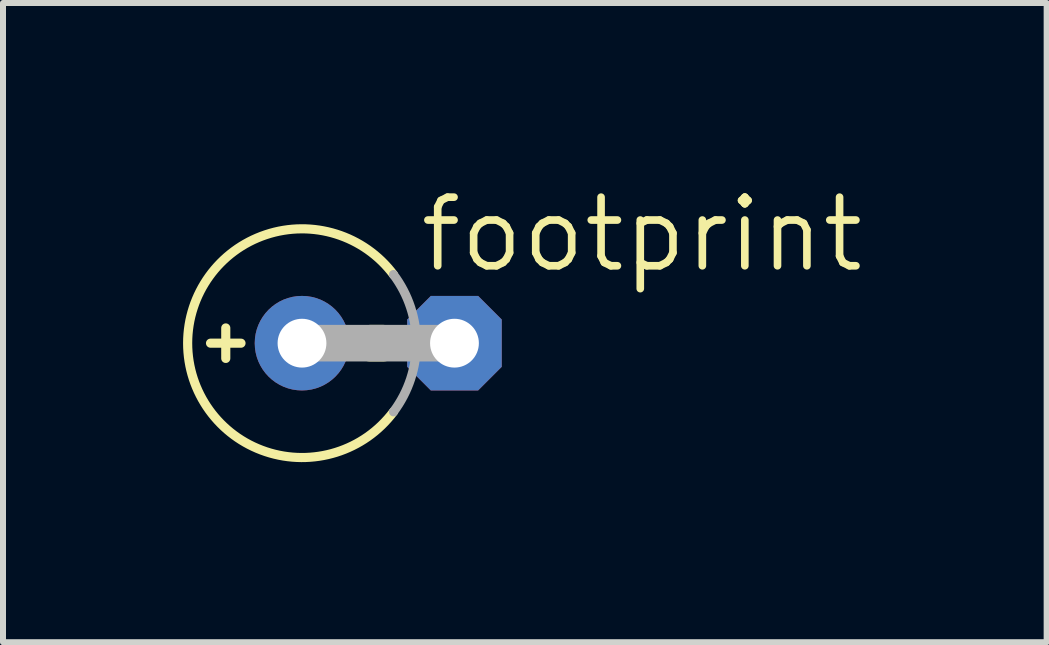
<source format=kicad_pcb>
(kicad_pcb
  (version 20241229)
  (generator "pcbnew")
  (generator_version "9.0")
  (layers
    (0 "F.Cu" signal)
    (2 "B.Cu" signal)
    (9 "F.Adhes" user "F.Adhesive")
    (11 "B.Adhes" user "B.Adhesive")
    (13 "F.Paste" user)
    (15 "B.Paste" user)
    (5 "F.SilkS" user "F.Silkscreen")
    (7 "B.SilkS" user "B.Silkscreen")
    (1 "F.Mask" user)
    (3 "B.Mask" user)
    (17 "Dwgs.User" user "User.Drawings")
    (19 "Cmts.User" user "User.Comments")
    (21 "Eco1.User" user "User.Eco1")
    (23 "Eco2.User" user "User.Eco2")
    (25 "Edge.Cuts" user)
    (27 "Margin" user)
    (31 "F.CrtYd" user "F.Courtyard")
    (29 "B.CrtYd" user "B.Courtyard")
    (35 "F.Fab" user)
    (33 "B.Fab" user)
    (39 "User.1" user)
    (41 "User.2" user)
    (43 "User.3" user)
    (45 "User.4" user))
  (footprint "footprint"
    (layer "F.Cu")
    (at 3.251 2.667)
    (property "Reference" "footprint" (at 0.635 -1.143 0) (layer "F.SilkS") (effects (font (size 1.143 1.143) (thickness 0.127)) (justify left bottom)))
    (fp_line (start -2.794 0) (end -2.286 0) (stroke (width 0.152) (type solid)) (layer "F.SilkS"))
    (fp_line (start -2.54 0.254) (end -2.54 -0.254) (stroke (width 0.152) (type solid)) (layer "F.SilkS"))
    (fp_line (start -0.127 0) (end 0.076 0) (stroke (width 0.61) (type solid)) (layer "F.SilkS"))
    (fp_arc (start 0.254 1.143) (mid -3.175 0) (end 0.254 -1.143) (stroke (width 0.1524) (type solid)) (layer "F.SilkS"))
    (fp_line (start 1.27 0) (end -1.27 0) (stroke (width 0.61) (type solid)) (layer "F.Fab"))
    (fp_arc (start 0.254 -1.143) (mid 0.635 0) (end 0.254 1.143) (stroke (width 0.1524) (type solid)) (layer "F.Fab"))
    (pad "+" thru_hole circle (at -1.27 0) (size 1.575 1.575) (drill 0.813) (layers "*.Cu" "*.Mask"))
    (pad "-" thru_hole roundrect (at 1.27 0) (size 1.575 1.575) (drill 0.813) (layers "*.Cu" "*.Mask") (roundrect_rratio 0.25) (chamfer_ratio 0.25) (chamfer top_left top_right bottom_left bottom_right)))
  (gr_rect
    (start -3 -3)
    (end 14.386 7.648)
    (stroke (width 0.1) (type default))
    (fill no)
    (layer "Edge.Cuts")))
</source>
